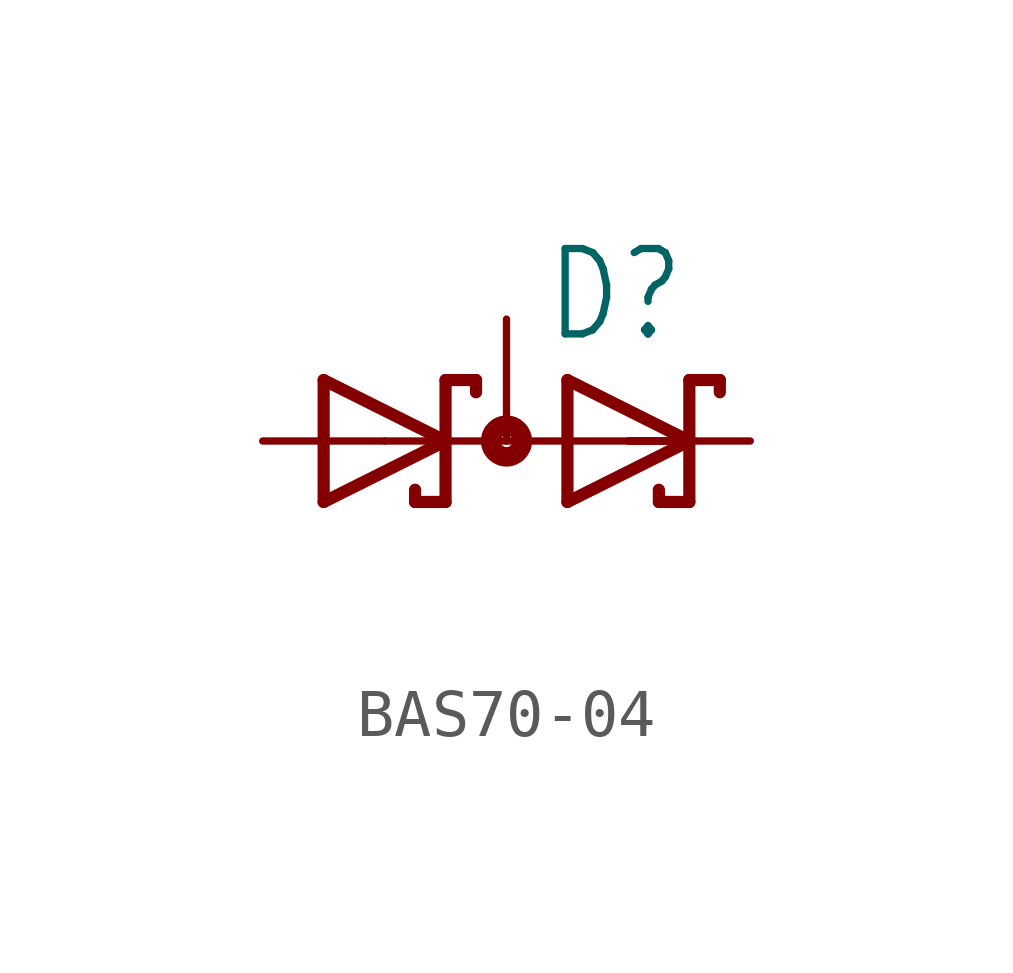
<source format=kicad_sym>
(kicad_symbol_lib
  (version 20231120)
  (generator "kicad_symbol_editor")
  (generator_version "8.0")
  (symbol "BAS70-04"
    (property "Reference" "D"
      (at 0.762 2.007 0)
      (effects (font (size 1.778 1.511)) (justify left bottom)))
    (property "Value" ""
      (at -4.318 -3.962 0)
      (effects (font (size 1.778 1.511)) (justify left bottom)))
    (property "ki_locked" ""
      (at 0 0 0)
      (effects (font (size 1.27 1.27))))
    (symbol "BAS70-04_1_0"
      (polyline (pts (xy -3.81 -1.27) (xy -1.27 0)) (stroke (width 0.254) (type solid)) (fill (type none)))
      (polyline (pts (xy -3.81 1.27) (xy -3.81 -1.27)) (stroke (width 0.254) (type solid)) (fill (type none)))
      (polyline (pts (xy -2.54 0) (xy -1.27 0)) (stroke (width 0.152) (type solid)) (fill (type none)))
      (polyline (pts (xy -1.905 -1.016) (xy -1.905 -1.27)) (stroke (width 0.254) (type solid)) (fill (type none)))
      (polyline (pts (xy -1.27 -1.27) (xy -1.905 -1.27)) (stroke (width 0.254) (type solid)) (fill (type none)))
      (polyline (pts (xy -1.27 0) (xy -3.81 1.27)) (stroke (width 0.254) (type solid)) (fill (type none)))
      (polyline (pts (xy -1.27 0) (xy -1.27 -1.27)) (stroke (width 0.254) (type solid)) (fill (type none)))
      (polyline (pts (xy -1.27 0) (xy 3.81 0)) (stroke (width 0.152) (type solid)) (fill (type none)))
      (polyline (pts (xy -1.27 1.27) (xy -1.27 0)) (stroke (width 0.254) (type solid)) (fill (type none)))
      (polyline (pts (xy -0.635 1.016) (xy -0.635 1.27)) (stroke (width 0.254) (type solid)) (fill (type none)))
      (polyline (pts (xy -0.635 1.27) (xy -1.27 1.27)) (stroke (width 0.254) (type solid)) (fill (type none)))
      (polyline (pts (xy 1.27 -1.27) (xy 1.27 1.27)) (stroke (width 0.254) (type solid)) (fill (type none)))
      (polyline (pts (xy 1.27 1.27) (xy 3.81 0)) (stroke (width 0.254) (type solid)) (fill (type none)))
      (polyline (pts (xy 2.54 0) (xy 3.81 0)) (stroke (width 0.152) (type solid)) (fill (type none)))
      (polyline (pts (xy 3.175 -1.27) (xy 3.81 -1.27)) (stroke (width 0.254) (type solid)) (fill (type none)))
      (polyline (pts (xy 3.175 -1.016) (xy 3.175 -1.27)) (stroke (width 0.254) (type solid)) (fill (type none)))
      (polyline (pts (xy 3.81 -1.27) (xy 3.81 0)) (stroke (width 0.254) (type solid)) (fill (type none)))
      (polyline (pts (xy 3.81 0) (xy 1.27 -1.27)) (stroke (width 0.254) (type solid)) (fill (type none)))
      (polyline (pts (xy 3.81 0) (xy 3.81 1.27)) (stroke (width 0.254) (type solid)) (fill (type none)))
      (polyline (pts (xy 3.81 1.27) (xy 4.445 1.27)) (stroke (width 0.254) (type solid)) (fill (type none)))
      (polyline (pts (xy 4.445 1.016) (xy 4.445 1.27)) (stroke (width 0.254) (type solid)) (fill (type none)))
      (circle (center 0 0) (radius 0.127) (stroke (width 0.406) (type solid)) (fill (type none)))
      (pin passive line (at -5.08 0 0) (length 2.54) (name "A1" (effects (font (size 0 0)))) (number "1" (effects (font (size 0 0)))))
      (pin passive line (at 5.08 0 180) (length 2.54) (name "C2" (effects (font (size 0 0)))) (number "2" (effects (font (size 0 0)))))
      (pin passive line (at 0 2.54 270) (length 2.54) (name "C1A2" (effects (font (size 0 0)))) (number "3" (effects (font (size 0 0))))))))
</source>
